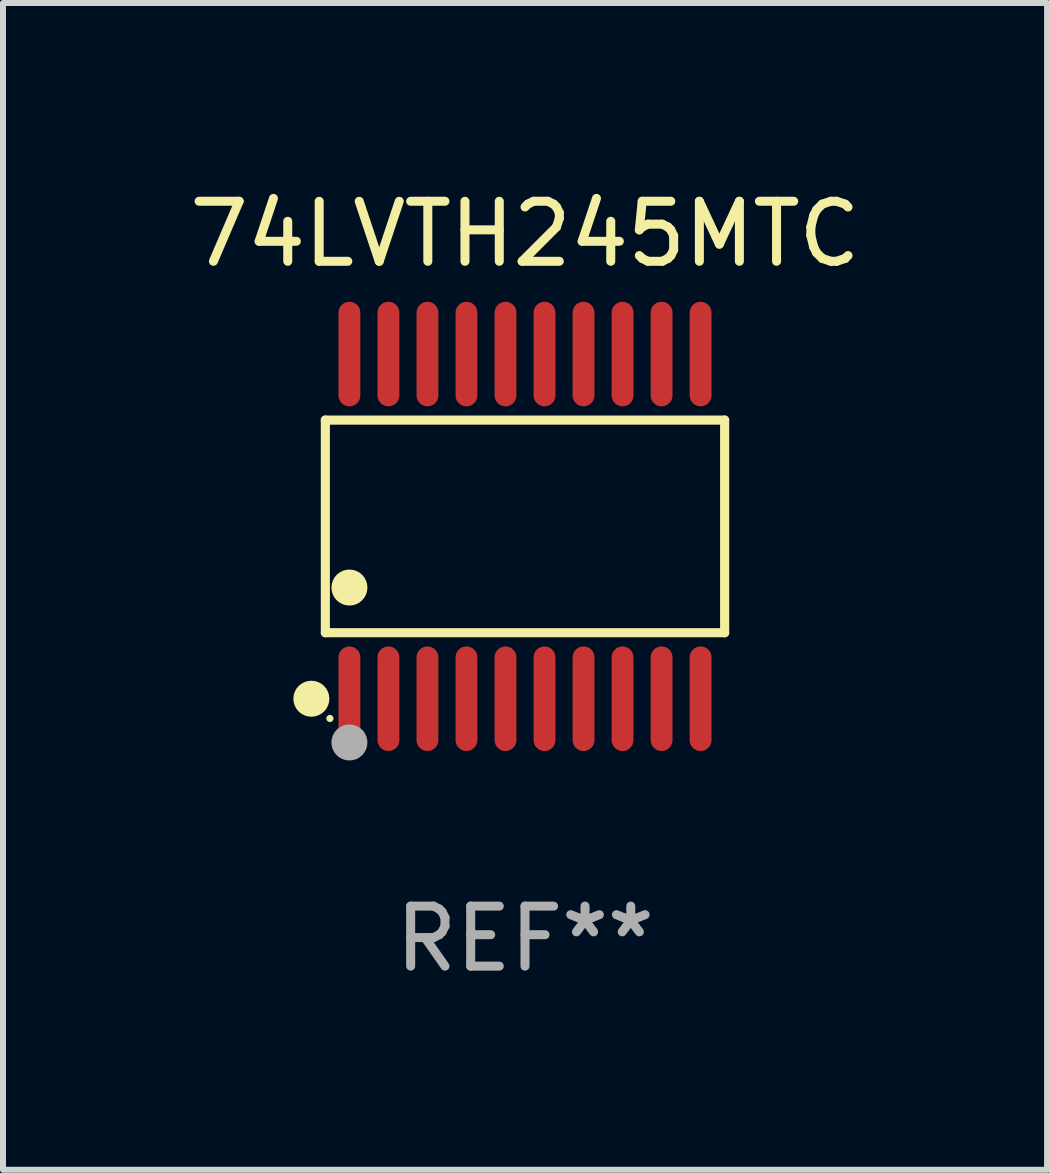
<source format=kicad_pcb>
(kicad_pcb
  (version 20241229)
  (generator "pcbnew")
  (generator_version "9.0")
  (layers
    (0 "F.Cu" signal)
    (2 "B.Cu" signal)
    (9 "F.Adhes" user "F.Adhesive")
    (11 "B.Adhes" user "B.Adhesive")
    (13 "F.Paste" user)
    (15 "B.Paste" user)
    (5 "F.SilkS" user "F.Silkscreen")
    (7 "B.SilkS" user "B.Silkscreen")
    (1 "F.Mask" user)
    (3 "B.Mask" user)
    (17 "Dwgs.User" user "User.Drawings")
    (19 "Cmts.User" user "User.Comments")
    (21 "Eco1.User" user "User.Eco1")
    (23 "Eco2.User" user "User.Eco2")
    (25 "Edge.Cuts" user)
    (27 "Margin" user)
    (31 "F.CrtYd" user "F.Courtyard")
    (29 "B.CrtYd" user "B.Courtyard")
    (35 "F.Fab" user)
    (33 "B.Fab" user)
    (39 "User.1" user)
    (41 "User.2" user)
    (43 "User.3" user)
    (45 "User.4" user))
  (footprint "74LVTH245MTC"
    (layer "F.Cu")
    (at 5.696 5.719)
    (property "Reference" "74LVTH245MTC" (at 0 -4.871 0) (layer "F.SilkS") (effects (font (size 1 1) (thickness 0.15))))
    (attr through_hole)
    (fp_line (start -3.326 -1.771) (end 3.326 -1.771) (stroke (width 0.152) (type solid)) (layer "F.SilkS"))
    (fp_line (start -3.326 1.771) (end -3.326 -1.771) (stroke (width 0.152) (type solid)) (layer "F.SilkS"))
    (fp_line (start 3.326 -1.771) (end 3.326 1.771) (stroke (width 0.152) (type solid)) (layer "F.SilkS"))
    (fp_line (start 3.326 1.771) (end -3.326 1.771) (stroke (width 0.152) (type solid)) (layer "F.SilkS"))
    (fp_circle (center -3.559 2.871) (end -3.409 2.871) (stroke (width 0.3) (type solid)) (fill no) (layer "F.SilkS"))
    (fp_circle (center -3.25 3.2) (end -3.22 3.2) (stroke (width 0.06) (type solid)) (fill no) (layer "F.SilkS"))
    (fp_circle (center -2.925 1.019) (end -2.775 1.019) (stroke (width 0.3) (type solid)) (fill no) (layer "F.SilkS"))
    (fp_circle (center -2.925 3.6) (end -2.775 3.6) (stroke (width 0.3) (type solid)) (fill no) (layer "F.Fab"))
    (fp_text user "REF**" (at 0 6.871 0) (layer "F.Fab") (effects (font (size 1 1) (thickness 0.15))))
    (pad "1" smd oval (at -2.925 2.871) (size 0.364 1.742) (layers "F.Cu" "F.Mask" "F.Paste"))
    (pad "2" smd oval (at -2.275 2.871) (size 0.364 1.742) (layers "F.Cu" "F.Mask" "F.Paste"))
    (pad "3" smd oval (at -1.625 2.871) (size 0.364 1.742) (layers "F.Cu" "F.Mask" "F.Paste"))
    (pad "4" smd oval (at -0.975 2.871) (size 0.364 1.742) (layers "F.Cu" "F.Mask" "F.Paste"))
    (pad "5" smd oval (at -0.325 2.871) (size 0.364 1.742) (layers "F.Cu" "F.Mask" "F.Paste"))
    (pad "6" smd oval (at 0.325 2.871) (size 0.364 1.742) (layers "F.Cu" "F.Mask" "F.Paste"))
    (pad "7" smd oval (at 0.975 2.871) (size 0.364 1.742) (layers "F.Cu" "F.Mask" "F.Paste"))
    (pad "8" smd oval (at 1.625 2.871) (size 0.364 1.742) (layers "F.Cu" "F.Mask" "F.Paste"))
    (pad "9" smd oval (at 2.275 2.871) (size 0.364 1.742) (layers "F.Cu" "F.Mask" "F.Paste"))
    (pad "10" smd oval (at 2.925 2.871) (size 0.364 1.742) (layers "F.Cu" "F.Mask" "F.Paste"))
    (pad "11" smd oval (at 2.925 -2.871) (size 0.364 1.742) (layers "F.Cu" "F.Mask" "F.Paste"))
    (pad "12" smd oval (at 2.275 -2.871) (size 0.364 1.742) (layers "F.Cu" "F.Mask" "F.Paste"))
    (pad "13" smd oval (at 1.625 -2.871) (size 0.364 1.742) (layers "F.Cu" "F.Mask" "F.Paste"))
    (pad "14" smd oval (at 0.975 -2.871) (size 0.364 1.742) (layers "F.Cu" "F.Mask" "F.Paste"))
    (pad "15" smd oval (at 0.325 -2.871) (size 0.364 1.742) (layers "F.Cu" "F.Mask" "F.Paste"))
    (pad "16" smd oval (at -0.325 -2.871) (size 0.364 1.742) (layers "F.Cu" "F.Mask" "F.Paste"))
    (pad "17" smd oval (at -0.975 -2.871) (size 0.364 1.742) (layers "F.Cu" "F.Mask" "F.Paste"))
    (pad "18" smd oval (at -1.625 -2.871) (size 0.364 1.742) (layers "F.Cu" "F.Mask" "F.Paste"))
    (pad "19" smd oval (at -2.275 -2.871) (size 0.364 1.742) (layers "F.Cu" "F.Mask" "F.Paste"))
    (pad "20" smd oval (at -2.925 -2.871) (size 0.364 1.742) (layers "F.Cu" "F.Mask" "F.Paste")))
  (gr_rect
    (start -3 -3)
    (end 14.393 16.438)
    (stroke (width 0.1) (type default))
    (fill no)
    (layer "Edge.Cuts")))
</source>
